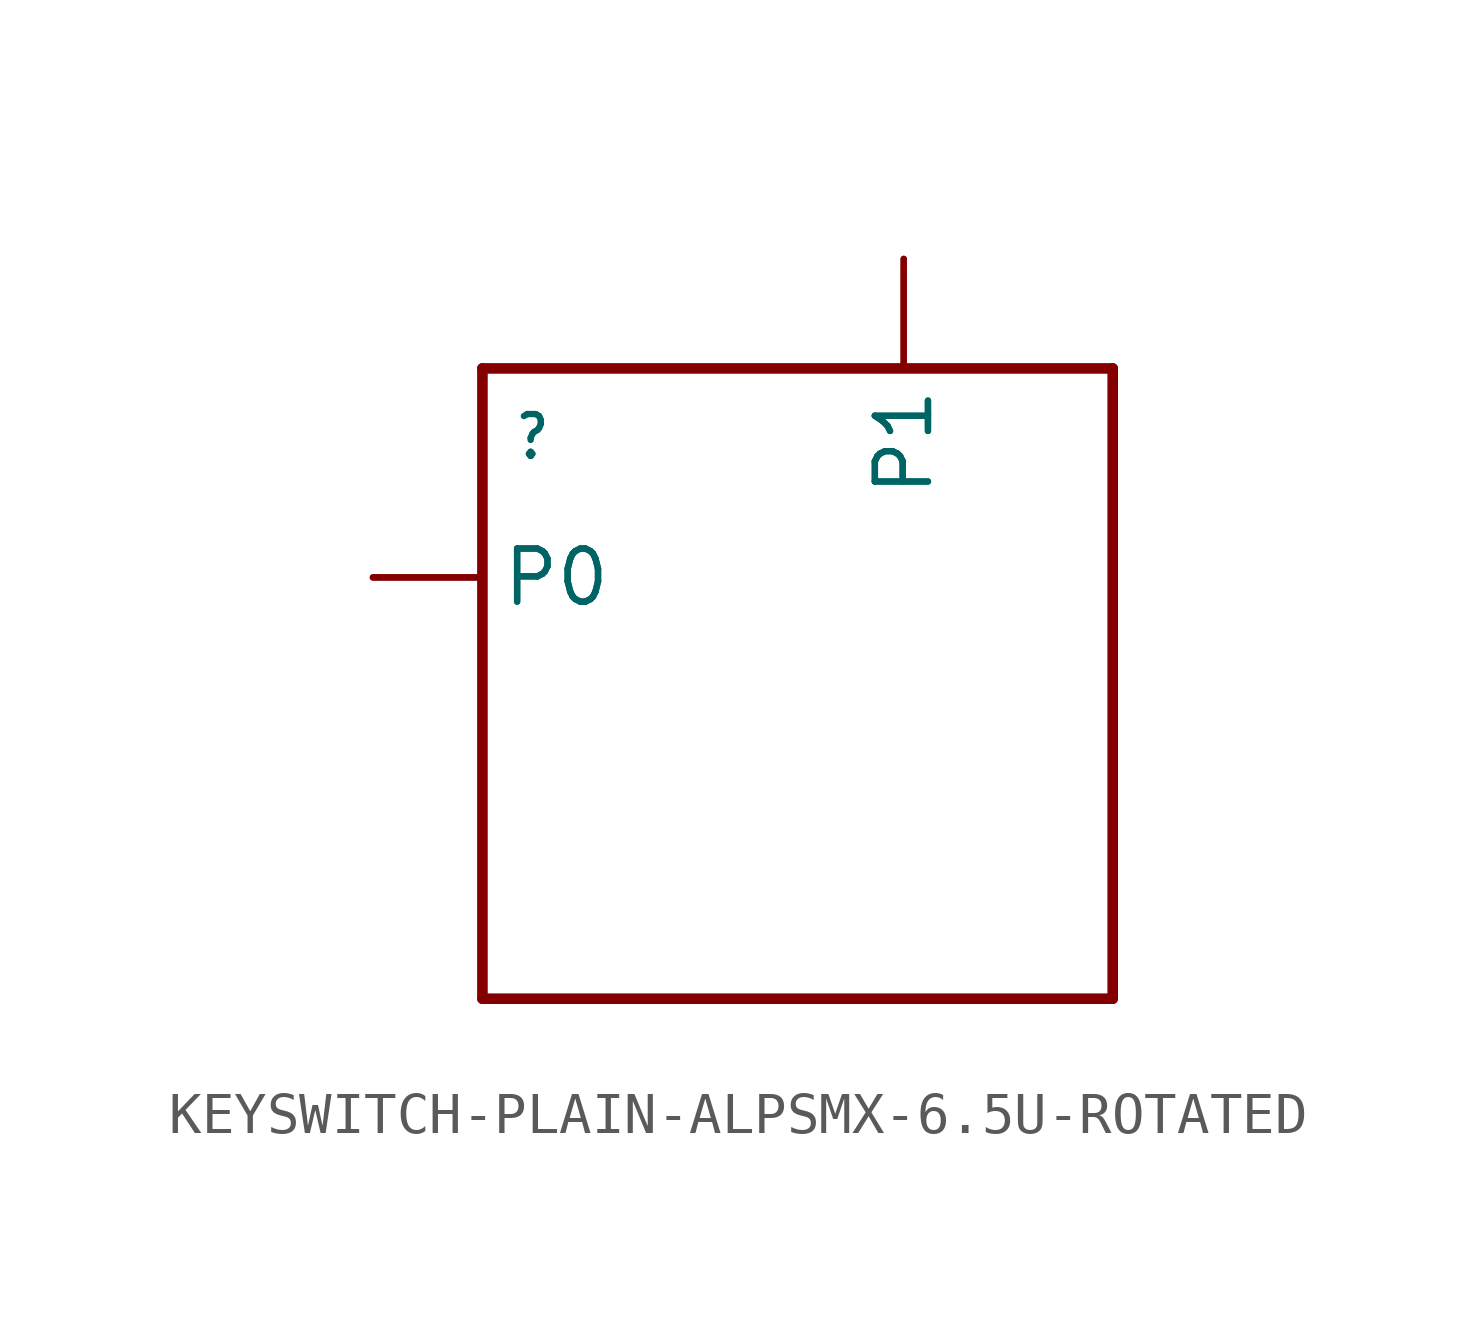
<source format=kicad_sym>
(kicad_symbol_lib
  (version 20211014)
  (generator kicad_symbol_editor)
  (symbol "KEYSWITCH-PLAIN-ALPSMX-6.5U-ROTATED"
    (property "Reference" ""
      (at -6.81 5.318 0)
      (effects (font (size 1 0.85)) (justify left bottom)))
    (property "ki_locked" ""
      (at 0 0 0)
      (effects (font (size 1.27 1.27))))
    (symbol "KEYSWITCH-PLAIN-ALPSMX-6.5U-ROTATED_1_0"
      (polyline (pts (xy -7.54 -7.54) (xy -7.54 7.54)) (stroke (width 0.254) (type default) (color 0 0 0 0)) (fill (type none)))
      (polyline (pts (xy -7.54 7.54) (xy 7.54 7.54)) (stroke (width 0.254) (type default) (color 0 0 0 0)) (fill (type none)))
      (polyline (pts (xy 7.54 -7.54) (xy -7.54 -7.54)) (stroke (width 0.254) (type default) (color 0 0 0 0)) (fill (type none)))
      (polyline (pts (xy 7.54 7.54) (xy 7.54 -7.54)) (stroke (width 0.254) (type default) (color 0 0 0 0)) (fill (type none)))
      (pin bidirectional line (at -10.16 2.54 0) (length 2.54) (name "P0" (effects (font (size 1.27 1.27)))) (number "ALPS1" (effects (font (size 0 0)))))
      (pin bidirectional line (at 2.54 10.16 270) (length 2.54) (name "P1" (effects (font (size 1.27 1.27)))) (number "ALPS2" (effects (font (size 0 0)))))
      (pin bidirectional line (at -10.16 2.54 0) (length 2.54) (name "P0" (effects (font (size 1.27 1.27)))) (number "MX1" (effects (font (size 0 0)))))
      (pin bidirectional line (at 2.54 10.16 270) (length 2.54) (name "P1" (effects (font (size 1.27 1.27)))) (number "MX2" (effects (font (size 0 0))))))))
</source>
